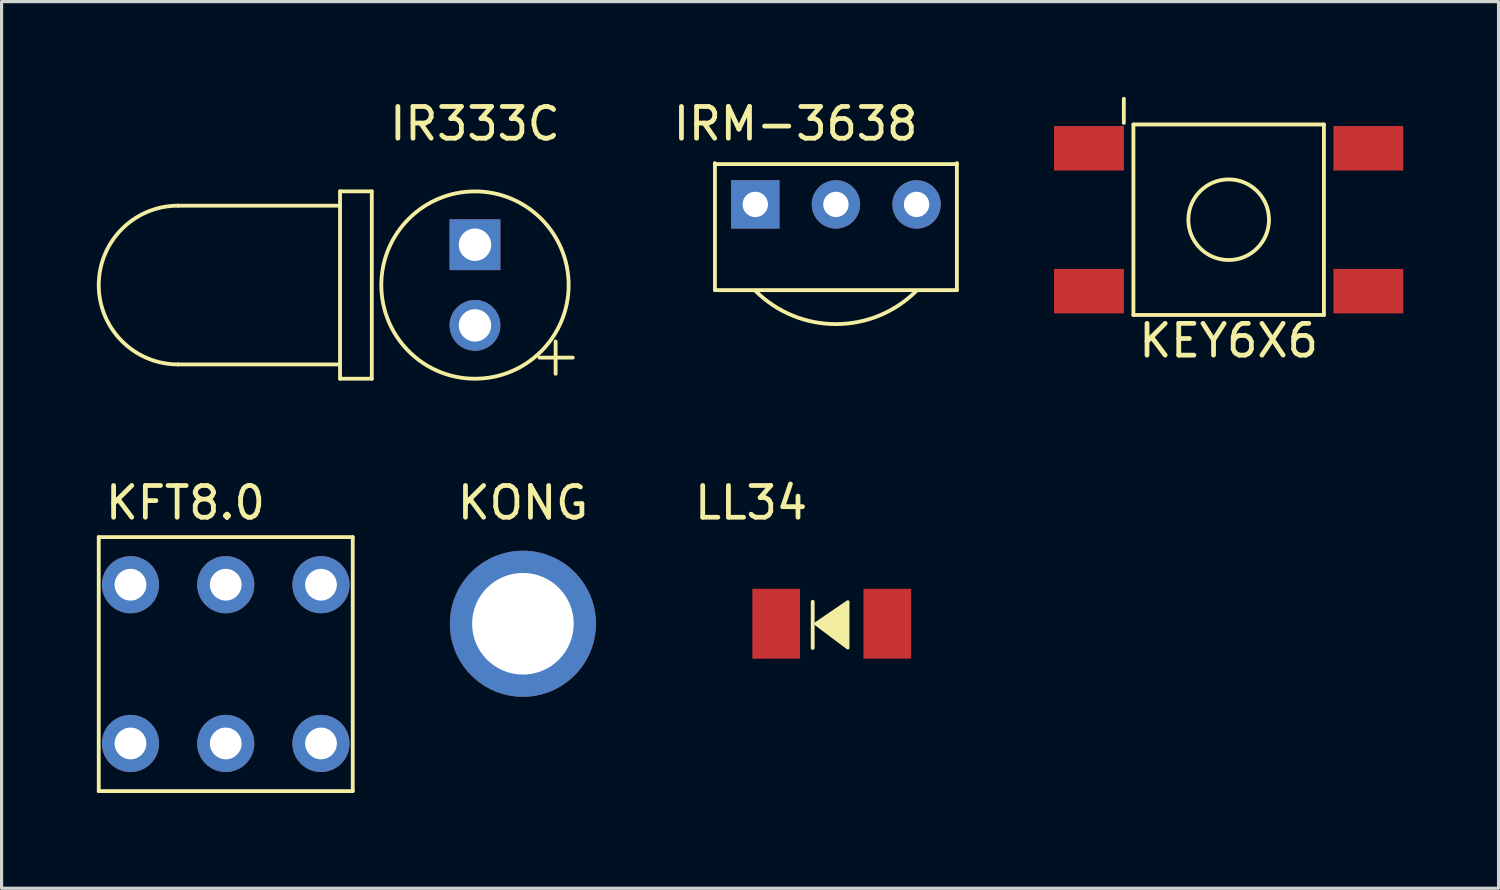
<source format=kicad_pcb>
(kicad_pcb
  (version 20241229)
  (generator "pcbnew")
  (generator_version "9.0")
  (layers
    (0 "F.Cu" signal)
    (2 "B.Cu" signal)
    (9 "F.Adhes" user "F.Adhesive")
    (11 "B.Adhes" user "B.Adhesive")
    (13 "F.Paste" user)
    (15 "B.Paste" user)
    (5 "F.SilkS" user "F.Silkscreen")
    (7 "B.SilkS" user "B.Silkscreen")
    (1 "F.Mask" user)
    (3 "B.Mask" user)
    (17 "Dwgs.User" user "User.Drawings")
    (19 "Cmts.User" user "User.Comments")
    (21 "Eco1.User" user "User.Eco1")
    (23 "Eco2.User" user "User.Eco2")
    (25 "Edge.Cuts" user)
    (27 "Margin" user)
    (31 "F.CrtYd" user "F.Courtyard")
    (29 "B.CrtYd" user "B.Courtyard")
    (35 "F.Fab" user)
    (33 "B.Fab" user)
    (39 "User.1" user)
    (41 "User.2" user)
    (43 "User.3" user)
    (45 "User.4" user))
  (footprint "IRM-3638"
    (layer "F.Cu")
    (at 23.278 3.388)
    (property "Reference" "IRM-3638" (at -1.27 -2.54 0) (layer "F.SilkS") (effects (font (size 1 1) (thickness 0.15))))
    (attr through_hole)
    (fp_line (start -3.81 -1.3) (end -3.81 2.7) (stroke (width 0.12) (type solid)) (layer "F.SilkS"))
    (fp_line (start -3.81 -1.27) (end 3.81 -1.27) (stroke (width 0.12) (type solid)) (layer "F.SilkS"))
    (fp_line (start 3.81 -1.3) (end 3.81 2.7) (stroke (width 0.12) (type solid)) (layer "F.SilkS"))
    (fp_line (start 3.81 2.7) (end -3.81 2.7) (stroke (width 0.12) (type solid)) (layer "F.SilkS"))
    (fp_arc (start 2.539998 2.7178) (mid -0.000001 3.769902) (end -2.54 2.7178) (stroke (width 0.12) (type solid)) (layer "F.SilkS"))
    (pad "1" thru_hole rect (at -2.54 0) (size 1.524 1.524) (drill 0.8) (layers "*.Cu" "*.Mask"))
    (pad "2" thru_hole circle (at 0 0) (size 1.524 1.524) (drill 0.8) (layers "*.Cu" "*.Mask"))
    (pad "3" thru_hole circle (at 2.54 0) (size 1.524 1.524) (drill 0.8) (layers "*.Cu" "*.Mask")))
  (footprint "KFT8.0"
    (layer "F.Cu")
    (at 4.06 17.866)
    (property "Reference" "KFT8.0" (at -1.27 -5.08 0) (layer "F.SilkS") (effects (font (size 1 1) (thickness 0.15))))
    (attr through_hole)
    (fp_line (start -4 -4) (end 4 -4) (stroke (width 0.12) (type solid)) (layer "F.SilkS"))
    (fp_line (start -4 4) (end -4 -4) (stroke (width 0.12) (type solid)) (layer "F.SilkS"))
    (fp_line (start 4 -4) (end 4 4) (stroke (width 0.12) (type solid)) (layer "F.SilkS"))
    (fp_line (start 4 4) (end -4 4) (stroke (width 0.12) (type solid)) (layer "F.SilkS"))
    (pad "1" thru_hole circle (at -3 2.5) (size 1.8 1.8) (drill 1) (layers "*.Cu" "*.Mask"))
    (pad "2" thru_hole circle (at 0 2.5) (size 1.8 1.8) (drill 1) (layers "*.Cu" "*.Mask"))
    (pad "3" thru_hole circle (at 3 2.5) (size 1.8 1.8) (drill 1) (layers "*.Cu" "*.Mask"))
    (pad "4" thru_hole circle (at -3 -2.5) (size 1.8 1.8) (drill 1) (layers "*.Cu" "*.Mask"))
    (pad "5" thru_hole circle (at 0 -2.5) (size 1.8 1.8) (drill 1) (layers "*.Cu" "*.Mask"))
    (pad "6" thru_hole circle (at 3 -2.5) (size 1.8 1.8) (drill 1) (layers "*.Cu" "*.Mask")))
  (footprint "LL34"
    (layer "F.Cu")
    (at 23.147 16.596)
    (property "Reference" "LL34" (at -2.54 -3.81 0) (layer "F.SilkS") (effects (font (size 1 1) (thickness 0.15))))
    (attr through_hole)
    (fp_line (start -0.6 -0.692) (end -0.6 0.762) (stroke (width 0.12) (type solid)) (layer "F.SilkS"))
    (fp_poly (pts (xy 0.508 0.762) (xy -0.508 0) (xy 0.508 -0.692)) (stroke (width 0.1) (type solid)) (fill yes) (layer "F.SilkS"))
    (pad "1" smd rect (at -1.75 0) (size 1.5 2.2) (layers "F.Cu" "F.Mask" "F.Paste"))
    (pad "2" smd rect (at 1.75 0) (size 1.5 2.2) (layers "F.Cu" "F.Mask" "F.Paste")))
  (footprint "IR333C"
    (layer "F.Cu")
    (at 11.91 5.928)
    (property "Reference" "IR333C" (at 0 -5.08 0) (layer "F.SilkS") (effects (font (size 1 1) (thickness 0.15))))
    (attr through_hole)
    (fp_line (start -4.25 -2.95) (end -3.25 -2.95) (stroke (width 0.12) (type solid)) (layer "F.SilkS"))
    (fp_line (start -4.25 -2.5) (end -9.35 -2.5) (stroke (width 0.12) (type solid)) (layer "F.SilkS"))
    (fp_line (start -4.25 2.5) (end -9.35 2.5) (stroke (width 0.12) (type solid)) (layer "F.SilkS"))
    (fp_line (start -4.25 2.95) (end -4.25 -2.95) (stroke (width 0.12) (type solid)) (layer "F.SilkS"))
    (fp_line (start -4.25 2.95) (end -3.25 2.95) (stroke (width 0.12) (type solid)) (layer "F.SilkS"))
    (fp_line (start -3.25 -2.95) (end -3.25 2.95) (stroke (width 0.12) (type solid)) (layer "F.SilkS"))
    (fp_line (start 2.54 1.778) (end 2.54 2.794) (stroke (width 0.12) (type solid)) (layer "F.SilkS"))
    (fp_line (start 3.08 2.286) (end 2.032 2.286) (stroke (width 0.12) (type solid)) (layer "F.SilkS"))
    (fp_arc (start -9.35 2.5) (mid -11.85 0) (end -9.35 -2.5) (stroke (width 0.12) (type solid)) (layer "F.SilkS"))
    (fp_circle (center 0 0) (end 2.95 0) (stroke (width 0.12) (type solid)) (fill no) (layer "F.SilkS"))
    (pad "1" thru_hole rect (at 0 -1.27 180) (size 1.6 1.6) (drill 1.02) (layers "*.Cu" "*.Mask"))
    (pad "2" thru_hole circle (at 0 1.27 180) (size 1.6 1.6) (drill 1.02) (layers "*.Cu" "*.Mask")))
  (footprint "KONG"
    (layer "F.Cu")
    (at 13.42 16.596)
    (property "Reference" "KONG" (at 0 -3.81 0) (layer "F.SilkS") (effects (font (size 1 1) (thickness 0.15))))
    (attr through_hole)
    (pad "" thru_hole circle (at 0 0) (size 4.6 4.6) (drill 3.2) (layers "*.Cu" "*.Mask")))
  (footprint "KEY6X6"
    (layer "F.Cu")
    (at 35.648 3.87)
    (property "Reference" "KEY6X6" (at 0 3.81 0) (layer "F.SilkS") (effects (font (size 1 1) (thickness 0.15))))
    (attr through_hole)
    (fp_line (start -3.302 -3.81) (end -3.302 -3.048) (stroke (width 0.12) (type solid)) (layer "F.SilkS"))
    (fp_line (start -3 -3) (end -3 3) (stroke (width 0.12) (type solid)) (layer "F.SilkS"))
    (fp_line (start -3 3) (end 3 3) (stroke (width 0.12) (type solid)) (layer "F.SilkS"))
    (fp_line (start 3 -3) (end -3 -3) (stroke (width 0.12) (type solid)) (layer "F.SilkS"))
    (fp_line (start 3 3) (end 3 -3) (stroke (width 0.12) (type solid)) (layer "F.SilkS"))
    (fp_circle (center 0 0) (end 0 -1.27) (stroke (width 0.12) (type solid)) (fill no) (layer "F.SilkS"))
    (pad "1" smd rect (at -4.4 -2.25) (size 2.2 1.4) (layers "F.Cu" "F.Mask" "F.Paste"))
    (pad "1" smd rect (at 4.4 -2.25) (size 2.2 1.4) (layers "F.Cu" "F.Mask" "F.Paste"))
    (pad "2" smd rect (at -4.4 2.25) (size 2.2 1.4) (layers "F.Cu" "F.Mask" "F.Paste"))
    (pad "2" smd rect (at 4.4 2.25) (size 2.2 1.4) (layers "F.Cu" "F.Mask" "F.Paste")))
  (gr_rect
    (start -3 -3)
    (end 44.148 24.927)
    (stroke (width 0.1) (type default))
    (fill no)
    (layer "Edge.Cuts")))
</source>
